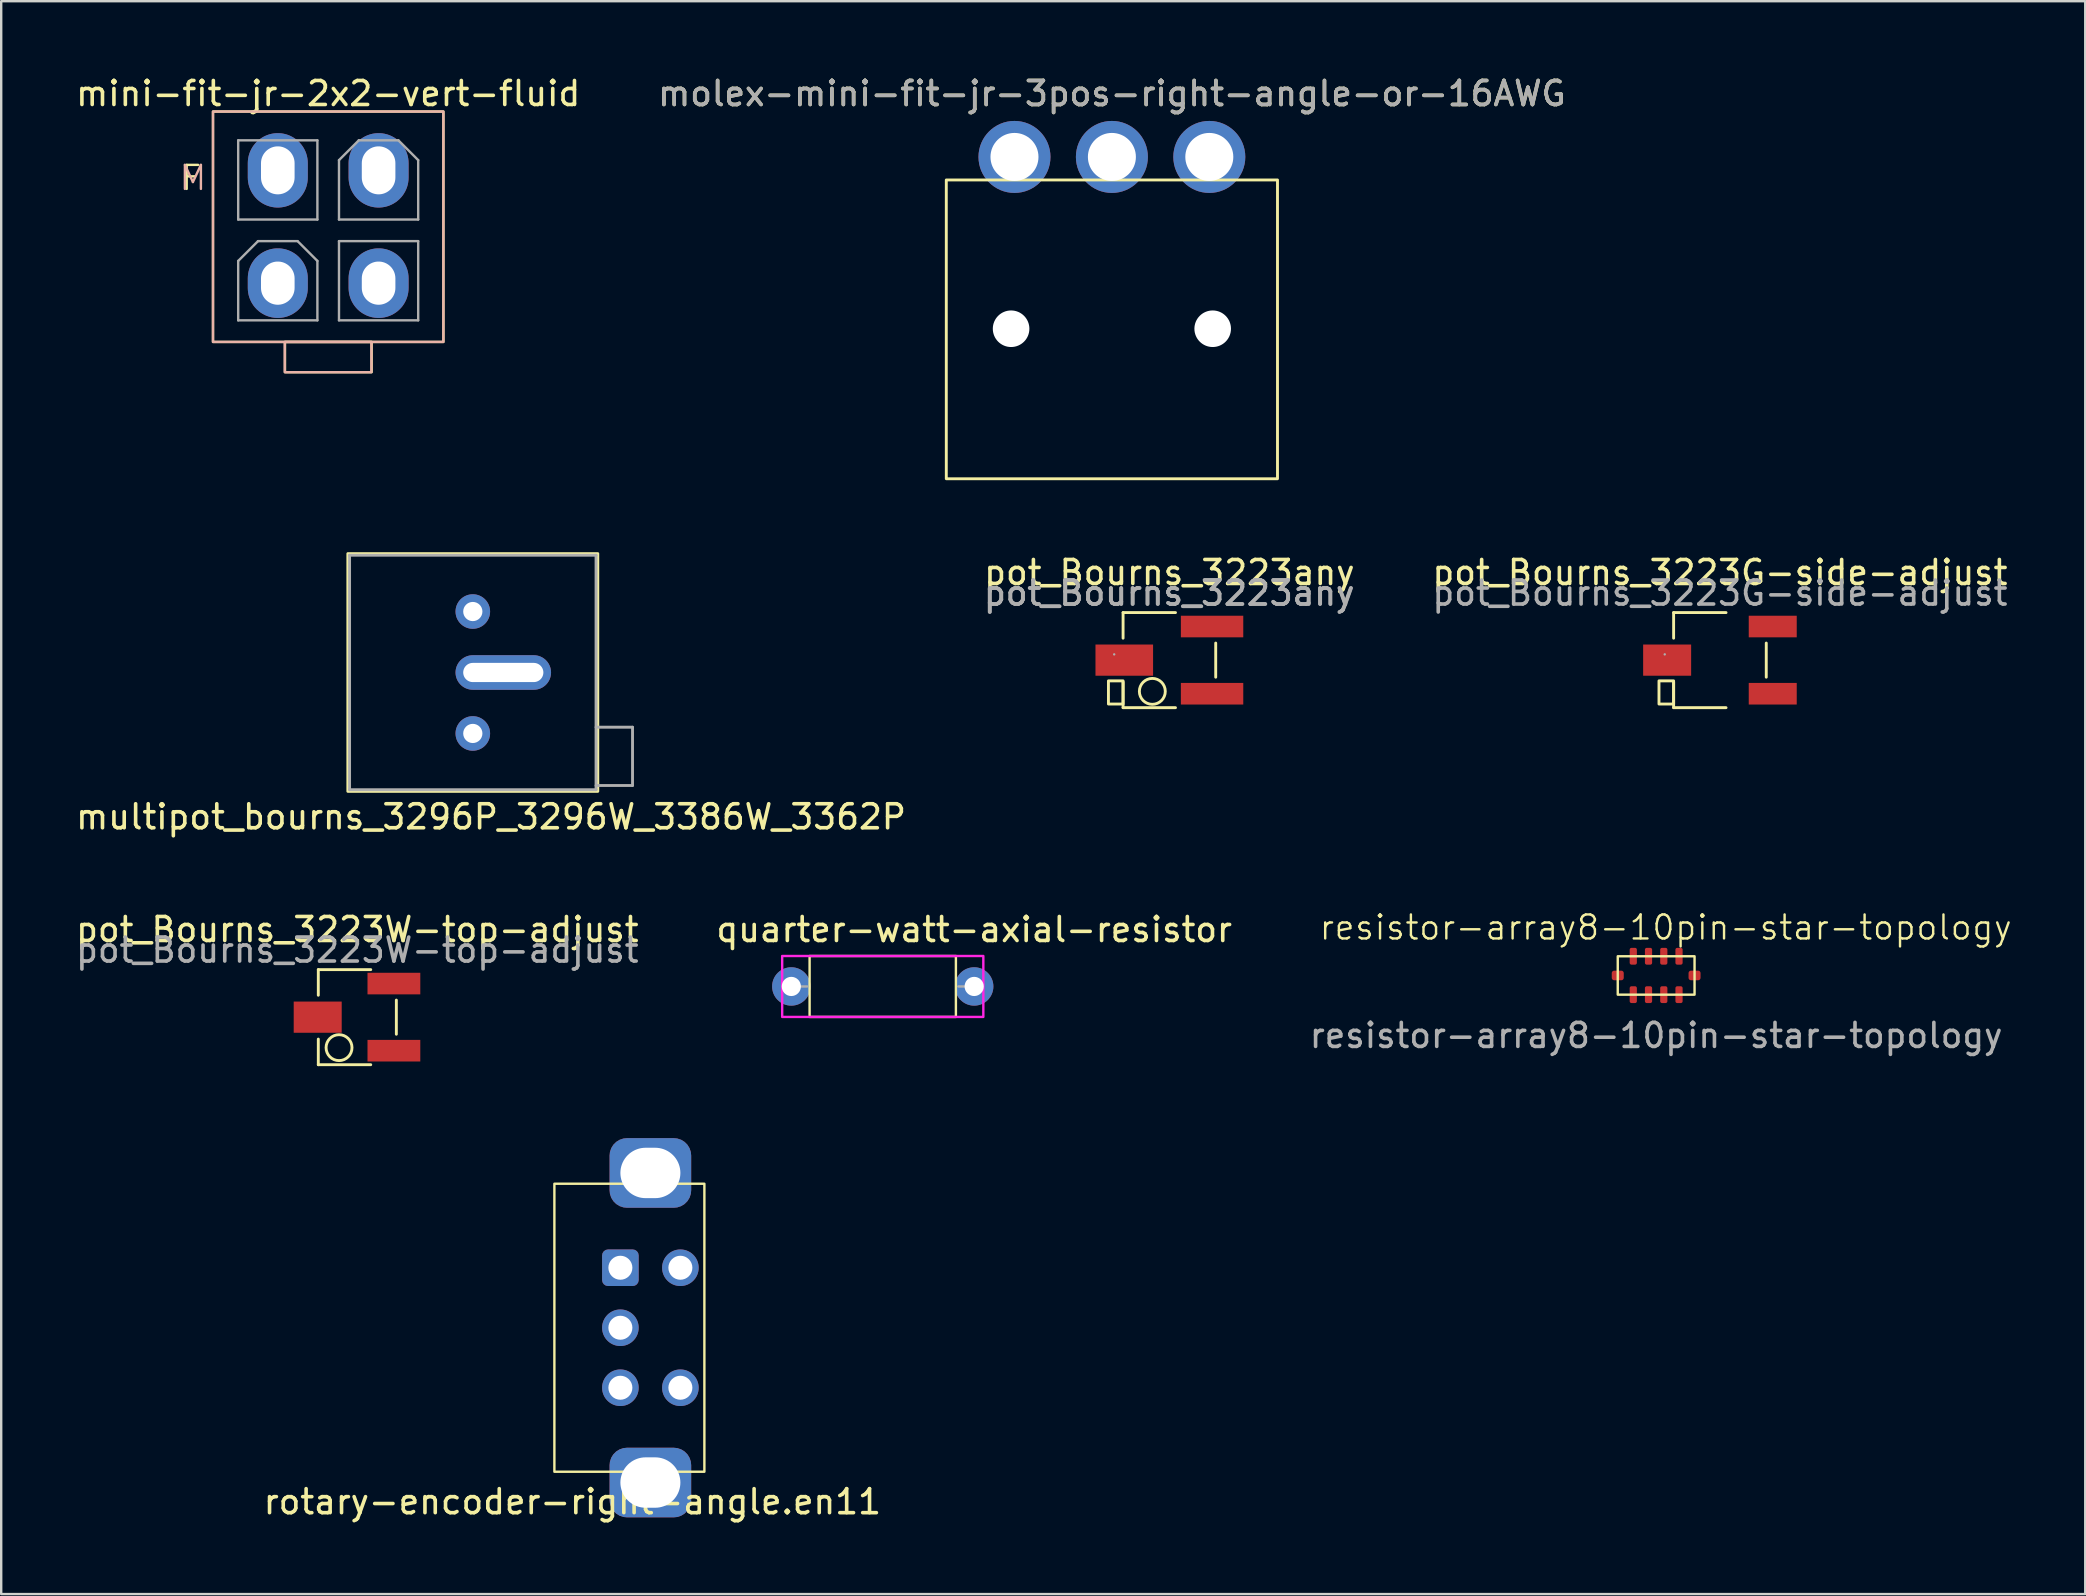
<source format=kicad_pcb>
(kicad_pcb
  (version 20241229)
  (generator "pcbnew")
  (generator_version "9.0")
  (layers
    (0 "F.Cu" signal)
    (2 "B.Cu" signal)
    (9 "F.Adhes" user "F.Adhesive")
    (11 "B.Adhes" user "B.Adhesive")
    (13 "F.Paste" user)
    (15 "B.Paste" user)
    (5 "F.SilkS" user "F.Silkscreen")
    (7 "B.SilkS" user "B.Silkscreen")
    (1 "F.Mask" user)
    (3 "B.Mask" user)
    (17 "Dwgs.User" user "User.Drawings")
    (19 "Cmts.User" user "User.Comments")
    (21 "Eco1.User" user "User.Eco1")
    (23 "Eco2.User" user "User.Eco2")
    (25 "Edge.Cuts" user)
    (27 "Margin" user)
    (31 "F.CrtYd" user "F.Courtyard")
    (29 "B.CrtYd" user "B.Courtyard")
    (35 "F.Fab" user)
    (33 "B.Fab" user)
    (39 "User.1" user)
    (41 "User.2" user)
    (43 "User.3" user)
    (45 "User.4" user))
  (footprint "mini-fit-jr-2x2-vert-fluid"
    (layer "F.Cu")
    (at 10.625 6.398)
    (property "Reference" "mini-fit-jr-2x2-vert-fluid" (at 0 -5.55 0) (layer "F.SilkS") (effects (font (size 1 1) (thickness 0.15))))
    (attr through_hole)
    (fp_rect (start -4.8 -4.8) (end 4.8 4.8) (stroke (width 0.1) (type default)) (fill no) (layer "F.SilkS"))
    (fp_rect (start -1.8 4.8) (end 1.81 6.06) (stroke (width 0.1) (type default)) (fill no) (layer "F.SilkS"))
    (fp_rect (start -4.8 -4.8) (end 4.8 4.8) (stroke (width 0.1) (type default)) (fill no) (layer "B.SilkS"))
    (fp_rect (start -1.81 4.8) (end 1.8 6.06) (stroke (width 0.1) (type default)) (fill no) (layer "B.SilkS"))
    (fp_line (start -3.75 -3.6) (end -3.75 -0.3) (stroke (width 0.1) (type solid)) (layer "F.Fab"))
    (fp_line (start -3.75 -0.3) (end -0.45 -0.3) (stroke (width 0.1) (type solid)) (layer "F.Fab"))
    (fp_line (start -3.75 1.425) (end -2.925 0.6) (stroke (width 0.1) (type solid)) (layer "F.Fab"))
    (fp_line (start -3.75 3.9) (end -3.75 1.425) (stroke (width 0.1) (type solid)) (layer "F.Fab"))
    (fp_line (start -2.925 0.6) (end -1.275 0.6) (stroke (width 0.1) (type solid)) (layer "F.Fab"))
    (fp_line (start -1.275 0.6) (end -0.45 1.425) (stroke (width 0.1) (type solid)) (layer "F.Fab"))
    (fp_line (start -0.45 -3.6) (end -3.75 -3.6) (stroke (width 0.1) (type solid)) (layer "F.Fab"))
    (fp_line (start -0.45 -0.3) (end -0.45 -3.6) (stroke (width 0.1) (type solid)) (layer "F.Fab"))
    (fp_line (start -0.45 1.425) (end -0.45 3.9) (stroke (width 0.1) (type solid)) (layer "F.Fab"))
    (fp_line (start -0.45 3.9) (end -3.75 3.9) (stroke (width 0.1) (type solid)) (layer "F.Fab"))
    (fp_line (start 0.45 -2.775) (end 1.275 -3.6) (stroke (width 0.1) (type solid)) (layer "F.Fab"))
    (fp_line (start 0.45 -0.3) (end 0.45 -2.775) (stroke (width 0.1) (type solid)) (layer "F.Fab"))
    (fp_line (start 0.45 0.6) (end 0.45 3.9) (stroke (width 0.1) (type solid)) (layer "F.Fab"))
    (fp_line (start 0.45 3.9) (end 3.75 3.9) (stroke (width 0.1) (type solid)) (layer "F.Fab"))
    (fp_line (start 1.275 -3.6) (end 2.925 -3.6) (stroke (width 0.1) (type solid)) (layer "F.Fab"))
    (fp_line (start 2.925 -3.6) (end 3.75 -2.775) (stroke (width 0.1) (type solid)) (layer "F.Fab"))
    (fp_line (start 3.75 -2.775) (end 3.75 -0.3) (stroke (width 0.1) (type solid)) (layer "F.Fab"))
    (fp_line (start 3.75 -0.3) (end 0.45 -0.3) (stroke (width 0.1) (type solid)) (layer "F.Fab"))
    (fp_line (start 3.75 0.6) (end 0.45 0.6) (stroke (width 0.1) (type solid)) (layer "F.Fab"))
    (fp_line (start 3.75 3.9) (end 3.75 0.6) (stroke (width 0.1) (type solid)) (layer "F.Fab"))
    (fp_rect (start -2.65 -3.5) (end -1.55 -2.4) (stroke (width 0.1) (type default)) (fill no) (layer "User.1"))
    (fp_rect (start -2.65 -2.65) (end -1.55 -1.55) (stroke (width 0.1) (type default)) (fill no) (layer "User.1"))
    (fp_rect (start -2.65 1.55) (end -1.55 2.65) (stroke (width 0.1) (type default)) (fill no) (layer "User.1"))
    (fp_rect (start -2.65 2) (end -1.55 3.1) (stroke (width 0.1) (type default)) (fill no) (layer "User.1"))
    (fp_rect (start 1.55 -3.5) (end 2.65 -2.4) (stroke (width 0.1) (type default)) (fill no) (layer "User.1"))
    (fp_rect (start 1.55 -2.65) (end 2.65 -1.55) (stroke (width 0.1) (type default)) (fill no) (layer "User.1"))
    (fp_rect (start 1.55 1.55) (end 2.65 2.65) (stroke (width 0.1) (type default)) (fill no) (layer "User.1"))
    (fp_rect (start 1.55 2) (end 2.65 3.1) (stroke (width 0.1) (type default)) (fill no) (layer "User.1"))
    (fp_text user "F" (at -6.2 -1.45 0) (unlocked yes) (layer "F.SilkS") (effects (font (size 1 1) (thickness 0.1)) (justify left bottom)))
    (fp_text user "M" (at -5 -1.45 0) (unlocked yes) (layer "B.SilkS") (effects (font (size 1 1) (thickness 0.1)) (justify left bottom mirror)))
    (pad "1" thru_hole oval (at -2.1 -2.35) (size 2.5 3.1) (drill oval 1.4 2) (layers "*.Cu" "*.Mask"))
    (pad "2" thru_hole oval (at 2.1 -2.35) (size 2.5 3.1) (drill oval 1.4 2) (layers "*.Cu" "*.Mask"))
    (pad "3" thru_hole oval (at -2.1 2.35) (size 2.5 2.9) (drill oval 1.4 1.8) (layers "*.Cu" "*.Mask"))
    (pad "4" thru_hole oval (at 2.1 2.35) (size 2.5 2.9) (drill oval 1.4 1.8) (layers "*.Cu" "*.Mask")))
  (footprint "pot_Bourns_3223W-top-adjust"
    (layer "F.Cu")
    (at 11.839 39.333)
    (property "Reference" "pot_Bourns_3223W-top-adjust" (at 0 -3.65 180) (layer "F.SilkS") (effects (font (size 1 1) (thickness 0.15))))
    (attr smd)
    (fp_line (start -1.626 -1.981) (end -1.626 -0.914) (stroke (width 0.12) (type solid)) (layer "F.SilkS"))
    (fp_line (start -1.626 1.981) (end -1.626 0.914) (stroke (width 0.12) (type solid)) (layer "F.SilkS"))
    (fp_line (start 0.559 -1.981) (end -1.626 -1.981) (stroke (width 0.12) (type solid)) (layer "F.SilkS"))
    (fp_line (start 0.559 1.981) (end -1.626 1.981) (stroke (width 0.12) (type solid)) (layer "F.SilkS"))
    (fp_line (start 1.626 -0.711) (end 1.626 0.711) (stroke (width 0.12) (type solid)) (layer "F.SilkS"))
    (fp_circle (center -0.762 1.27) (end -0.356 1.626) (stroke (width 0.12) (type solid)) (fill no) (layer "F.SilkS"))
    (fp_rect (start -1.59 -1.97) (end 1.59 1.97) (stroke (width 0.12) (type solid)) (fill no) (layer "User.1"))
    (fp_text user "${REFERENCE}" (at 0 -2.794 180) (layer "F.Fab") (effects (font (size 1 1) (thickness 0.15))))
    (pad "1" smd rect (at 1.524 -1.4) (size 2.2 0.9) (layers "F.Cu" "F.Mask" "F.Paste"))
    (pad "2" smd rect (at -1.651 0) (size 2 1.3) (layers "F.Cu" "F.Mask" "F.Paste"))
    (pad "3" smd rect (at 1.524 1.397) (size 2.2 0.9) (layers "F.Cu" "F.Mask" "F.Paste")))
  (footprint "quarter-watt-axial-resistor"
    (layer "F.Cu")
    (at 33.732 38.053)
    (property "Reference" "quarter-watt-axial-resistor" (at 3.81 -2.37 180) (layer "F.SilkS") (effects (font (size 1 1) (thickness 0.15))))
    (attr through_hole)
    (fp_rect (start -3.048 -1.27) (end 3.048 1.27) (stroke (width 0.1) (type default)) (fill no) (layer "F.SilkS"))
    (fp_rect (start -4.191 -1.27) (end 4.191 1.27) (stroke (width 0.1) (type default)) (fill no) (layer "F.CrtYd"))
    (fp_line (start -3.81 0) (end -3.15 0) (stroke (width 0.1) (type solid)) (layer "F.Fab"))
    (fp_line (start 3.81 0) (end 3.15 0) (stroke (width 0.1) (type solid)) (layer "F.Fab"))
    (pad "1" thru_hole circle (at -3.81 0) (size 1.6 1.6) (drill 0.8) (layers "*.Cu" "*.Mask"))
    (pad "2" thru_hole oval (at 3.81 0) (size 1.6 1.6) (drill 0.8) (layers "*.Cu" "*.Mask")))
  (footprint "resistor-array8-10pin-star-topology"
    (layer "F.Cu")
    (at 65.958 37.595)
    (property "Reference" "resistor-array8-10pin-star-topology" (at 0.4 -2 0) (unlocked yes) (layer "F.SilkS") (effects (font (size 1 1) (thickness 0.1))))
    (attr smd)
    (fp_rect (start -1.6 -0.8) (end 1.6 0.8) (stroke (width 0.1) (type default)) (fill no) (layer "F.SilkS"))
    (fp_text user "${REFERENCE}" (at 0 2.5 0) (unlocked yes) (layer "F.Fab") (effects (font (size 1 1) (thickness 0.15))))
    (pad "1" smd roundrect (at -0.953 0.8) (size 0.3 0.7) (layers "F.Cu" "F.Mask" "F.Paste") (roundrect_rratio 0.25))
    (pad "2" smd roundrect (at -0.318 0.8) (size 0.3 0.7) (layers "F.Cu" "F.Mask" "F.Paste") (roundrect_rratio 0.25))
    (pad "3" smd roundrect (at 0.318 0.8) (size 0.3 0.7) (layers "F.Cu" "F.Mask" "F.Paste") (roundrect_rratio 0.25))
    (pad "4" smd roundrect (at 0.953 0.8) (size 0.3 0.7) (layers "F.Cu" "F.Mask" "F.Paste") (roundrect_rratio 0.25))
    (pad "5" smd roundrect (at 0.953 -0.8) (size 0.3 0.7) (layers "F.Cu" "F.Mask" "F.Paste") (roundrect_rratio 0.25))
    (pad "6" smd roundrect (at 0.318 -0.8) (size 0.3 0.7) (layers "F.Cu" "F.Mask" "F.Paste") (roundrect_rratio 0.25))
    (pad "7" smd roundrect (at -0.318 -0.8) (size 0.3 0.7) (layers "F.Cu" "F.Mask" "F.Paste") (roundrect_rratio 0.25))
    (pad "8" smd roundrect (at -0.953 -0.8) (size 0.3 0.7) (layers "F.Cu" "F.Mask" "F.Paste") (roundrect_rratio 0.25))
    (pad "a" smd roundrect (at -1.6 0) (size 0.5 0.4) (layers "F.Cu" "F.Mask" "F.Paste") (roundrect_rratio 0.25))
    (pad "b" smd roundrect (at 1.6 0) (size 0.5 0.4) (layers "F.Cu" "F.Mask" "F.Paste") (roundrect_rratio 0.25)))
  (footprint "multipot_bourns_3296P_3296W_3386W_3362P"
    (layer "F.Cu")
    (at 17.921 24.971)
    (property "Reference" "multipot_bourns_3296P_3296W_3386W_3362P" (at -0.51 6.015 180) (layer "F.SilkS") (effects (font (size 1 1) (thickness 0.15))))
    (attr through_hole)
    (fp_rect (start -6.477 -4.953) (end 3.937 4.953) (stroke (width 0.12) (type solid)) (fill no) (layer "F.SilkS"))
    (fp_line (start -6.405 4.885) (end -6.405 -4.885) (stroke (width 0.12) (type solid)) (layer "F.Fab"))
    (fp_line (start 3.865 -4.885) (end -6.405 -4.885) (stroke (width 0.12) (type solid)) (layer "F.Fab"))
    (fp_line (start 3.865 4.885) (end -6.405 4.885) (stroke (width 0.12) (type solid)) (layer "F.Fab"))
    (fp_line (start 3.865 4.885) (end 3.865 -4.885) (stroke (width 0.12) (type solid)) (layer "F.Fab"))
    (fp_line (start 5.385 2.28) (end 3.866 2.28) (stroke (width 0.12) (type solid)) (layer "F.Fab"))
    (fp_line (start 5.385 4.709) (end 3.866 4.709) (stroke (width 0.12) (type solid)) (layer "F.Fab"))
    (fp_line (start 5.385 4.709) (end 5.385 2.28) (stroke (width 0.12) (type solid)) (layer "F.Fab"))
    (fp_rect (start 3.937 -4.953) (end -6.477 4.953) (stroke (width 0.12) (type solid)) (fill no) (layer "User.1"))
    (fp_rect (start 5.461 2.286) (end 3.937 4.699) (stroke (width 0.12) (type solid)) (fill no) (layer "User.1"))
    (fp_rect (start -2.54 -4.953) (end 2.54 4.953) (stroke (width 0.12) (type solid)) (fill no) (layer "User.2"))
    (fp_rect (start 2.54 -4.064) (end 7.62 4.064) (stroke (width 0.12) (type solid)) (fill no) (layer "User.2"))
    (fp_rect (start -4.826 -3.556) (end 2.286 3.556) (stroke (width 0.12) (type solid)) (fill no) (layer "User.3"))
    (fp_circle (center -1.27 0) (end 1.27 0) (stroke (width 0.12) (type solid)) (fill no) (layer "User.3"))
    (fp_rect (start -3.81 -4.953) (end 1.27 4.953) (stroke (width 0.12) (type solid)) (fill no) (layer "User.4"))
    (fp_circle (center -2.667 3.81) (end -2.667 4.953) (stroke (width 0.12) (type solid)) (fill no) (layer "User.4"))
    (pad "1" thru_hole circle (at -1.27 2.54 180) (size 1.44 1.44) (drill 0.8) (layers "*.Cu" "*.Mask"))
    (pad "2" thru_hole oval (at 0 0 180) (size 3.98 1.44) (drill oval 3.34 0.8) (layers "*.Cu" "*.Mask"))
    (pad "3" thru_hole circle (at -1.27 -2.54 180) (size 1.44 1.44) (drill 0.8) (layers "*.Cu" "*.Mask")))
  (footprint "pot_Bourns_3223any"
    (layer "F.Cu")
    (at 45.676 24.456)
    (property "Reference" "pot_Bourns_3223any" (at 0 -3.65 180) (layer "F.SilkS") (effects (font (size 1 1) (thickness 0.15))))
    (attr smd)
    (fp_line (start -1.93 -1.981) (end -1.93 -0.914) (stroke (width 0.12) (type solid)) (layer "F.SilkS"))
    (fp_line (start -1.93 1.981) (end -1.93 0.914) (stroke (width 0.12) (type solid)) (layer "F.SilkS"))
    (fp_line (start 0.254 -1.981) (end -1.93 -1.981) (stroke (width 0.12) (type solid)) (layer "F.SilkS"))
    (fp_line (start 0.254 1.981) (end -1.93 1.981) (stroke (width 0.12) (type solid)) (layer "F.SilkS"))
    (fp_line (start 1.93 -0.711) (end 1.93 0.711) (stroke (width 0.12) (type solid)) (layer "F.SilkS"))
    (fp_rect (start -2.54 0.864) (end -1.93 1.829) (stroke (width 0.12) (type solid)) (fill no) (layer "F.SilkS"))
    (fp_circle (center -0.711 1.302) (end -0.305 1.658) (stroke (width 0.12) (type solid)) (fill no) (layer "F.SilkS"))
    (fp_line (start -2.3 -0.24) (end -2.3 -0.24) (stroke (width 0.1) (type solid)) (layer "F.Fab"))
    (fp_rect (start -1.905 -1.905) (end 1.905 1.905) (stroke (width 0.12) (type solid)) (fill no) (layer "User.1"))
    (fp_rect (start -1.605 -1.97) (end 1.575 1.97) (stroke (width 0.12) (type solid)) (fill no) (layer "User.2"))
    (fp_text user "${REFERENCE}" (at -0.015 -2.794 180) (layer "F.Fab") (effects (font (size 1 1) (thickness 0.15))))
    (fp_text user "${REFERENCE}" (at 0 -2.794 180) (layer "F.Fab") (effects (font (size 1 1) (thickness 0.15))))
    (pad "1" smd rect (at 1.778 -1.4) (size 2.6 0.9) (layers "F.Cu" "F.Mask" "F.Paste"))
    (pad "2" smd rect (at -1.88 0) (size 2.4 1.3) (layers "F.Cu" "F.Mask" "F.Paste"))
    (pad "3" smd rect (at 1.778 1.4) (size 2.6 0.9) (layers "F.Cu" "F.Mask" "F.Paste")))
  (footprint "rotary-encoder-right-angle.en11"
    (layer "F.Cu")
    (at 24.05 52.274)
    (property "Reference" "rotary-encoder-right-angle.en11" (at -3.25 7.25 0) (layer "F.SilkS") (effects (font (size 1 1) (thickness 0.15))))
    (attr through_hole)
    (fp_rect (start -4 -6) (end 2.25 6) (stroke (width 0.1) (type default)) (fill no) (layer "F.SilkS"))
    (fp_rect (start -24 -3.5) (end -4 3.5) (stroke (width 0.1) (type default)) (fill no) (layer "User.1"))
    (pad "A" thru_hole roundrect (at -1.25 -2.5 270) (size 1.524 1.524) (drill 1) (layers "*.Cu" "*.Mask") (roundrect_rratio 0.164))
    (pad "B" thru_hole circle (at -1.25 2.5 270) (size 1.524 1.524) (drill 1) (layers "*.Cu" "*.Mask"))
    (pad "C" thru_hole circle (at -1.25 0 270) (size 1.524 1.524) (drill 1) (layers "*.Cu" "*.Mask"))
    (pad "M1" thru_hole roundrect (at 0 -6.45 180) (size 3.4 2.9) (drill oval 2.5 2.1) (layers "*.Cu" "*.Mask") (roundrect_rratio 0.25))
    (pad "M2" thru_hole roundrect (at 0 6.45 180) (size 3.4 2.9) (drill oval 2.5 2.1) (layers "*.Cu" "*.Mask") (roundrect_rratio 0.25))
    (pad "S1" thru_hole circle (at 1.25 -2.5 270) (size 1.524 1.524) (drill 1) (layers "*.Cu" "*.Mask"))
    (pad "S2" thru_hole circle (at 1.25 2.5 270) (size 1.524 1.524) (drill 1) (layers "*.Cu" "*.Mask"))
    (zone (net_name "") (layer "F.Cu") (name "Shell contact") (hatch edge 0.5) (connect_pads) (min_thickness 0.25) (filled_areas_thickness no) (keepout (tracks not_allowed) (vias not_allowed) (pads not_allowed) (copperpour not_allowed) (footprints not_allowed)) (placement (enabled no)) (fill) (polygon (pts (xy 21.45 47.024) (xy 21.45 45.774) (xy 20.45 45.774) (xy 20.45 47.024))))
    (zone (net_name "") (layer "F.Cu") (name "Shell contact") (hatch edge 0.5) (connect_pads) (min_thickness 0.25) (filled_areas_thickness no) (keepout (tracks not_allowed) (vias not_allowed) (pads not_allowed) (copperpour not_allowed) (footprints not_allowed)) (placement (enabled no)) (fill) (polygon (pts (xy 21.45 54.024) (xy 21.45 50.524) (xy 18.95 50.524) (xy 18.95 54.024))))
    (zone (net_name "") (layer "F.Cu") (name "Shell contact") (hatch edge 0.5) (connect_pads) (min_thickness 0.25) (filled_areas_thickness no) (keepout (tracks not_allowed) (vias not_allowed) (pads not_allowed) (copperpour not_allowed) (footprints not_allowed)) (placement (enabled no)) (fill) (polygon (pts (xy 21.45 58.774) (xy 21.45 57.524) (xy 20.45 57.524) (xy 20.45 58.774)))))
  (footprint "molex-mini-fit-jr-3pos-right-angle-or-16AWG"
    (layer "F.Cu")
    (at 43.28 3.348)
    (property "Reference" "molex-mini-fit-jr-3pos-right-angle-or-16AWG" (at 0 -2.5 0) (unlocked yes) (layer "F.SilkS") (effects (font (size 1 1) (thickness 0.15))))
    (attr through_hole)
    (fp_rect (start -6.9 1.1) (end 6.9 13.55) (stroke (width 0.12) (type solid)) (fill no) (layer "F.SilkS"))
    (fp_text user "${REFERENCE}" (at 0 -2.5 0) (unlocked yes) (layer "F.Fab") (effects (font (size 1 1) (thickness 0.15))))
    (pad "" np_thru_hole circle (at -4.2 7.3) (size 1.524 1.524) (drill 3) (layers "*.Cu" "*.Mask"))
    (pad "" np_thru_hole circle (at 4.2 7.3) (size 1.524 1.524) (drill 3) (layers "*.Cu" "*.Mask"))
    (pad "1" thru_hole circle (at 4.059 0.141) (size 3 3) (drill 2) (layers "*.Cu" "*.Mask"))
    (pad "2" thru_hole circle (at 0 0.141) (size 3 3) (drill 2) (layers "*.Cu" "*.Mask"))
    (pad "3" thru_hole circle (at -4.059 0.141) (size 3 3) (drill 2) (layers "*.Cu" "*.Mask")))
  (footprint "pot_Bourns_3223G-side-adjust"
    (layer "F.Cu")
    (at 68.616 24.456)
    (property "Reference" "pot_Bourns_3223G-side-adjust" (at 0 -3.65 180) (layer "F.SilkS") (effects (font (size 1 1) (thickness 0.15))))
    (attr smd)
    (fp_line (start -1.93 -1.981) (end -1.93 -0.914) (stroke (width 0.12) (type solid)) (layer "F.SilkS"))
    (fp_line (start -1.93 1.981) (end -1.93 0.914) (stroke (width 0.12) (type solid)) (layer "F.SilkS"))
    (fp_line (start 0.254 -1.981) (end -1.93 -1.981) (stroke (width 0.12) (type solid)) (layer "F.SilkS"))
    (fp_line (start 0.254 1.981) (end -1.93 1.981) (stroke (width 0.12) (type solid)) (layer "F.SilkS"))
    (fp_line (start 1.93 -0.711) (end 1.93 0.711) (stroke (width 0.12) (type solid)) (layer "F.SilkS"))
    (fp_rect (start -2.54 0.864) (end -1.93 1.829) (stroke (width 0.12) (type solid)) (fill no) (layer "F.SilkS"))
    (fp_line (start -2.3 -0.24) (end -2.3 -0.24) (stroke (width 0.1) (type solid)) (layer "F.Fab"))
    (fp_rect (start -1.905 -1.905) (end 1.905 1.905) (stroke (width 0.12) (type solid)) (fill no) (layer "User.1"))
    (fp_text user "${REFERENCE}" (at 0 -2.794 180) (layer "F.Fab") (effects (font (size 1 1) (thickness 0.15))))
    (pad "1" smd rect (at 2.2 -1.4) (size 2 0.9) (layers "F.Cu" "F.Mask" "F.Paste"))
    (pad "2" smd rect (at -2.2 0) (size 2 1.3) (layers "F.Cu" "F.Mask" "F.Paste"))
    (pad "3" smd rect (at 2.2 1.4) (size 2 0.9) (layers "F.Cu" "F.Mask" "F.Paste")))
  (gr_rect
    (start -3 -3)
    (end 83.837 63.372)
    (stroke (width 0.1) (type default))
    (fill no)
    (layer "Edge.Cuts")))
</source>
